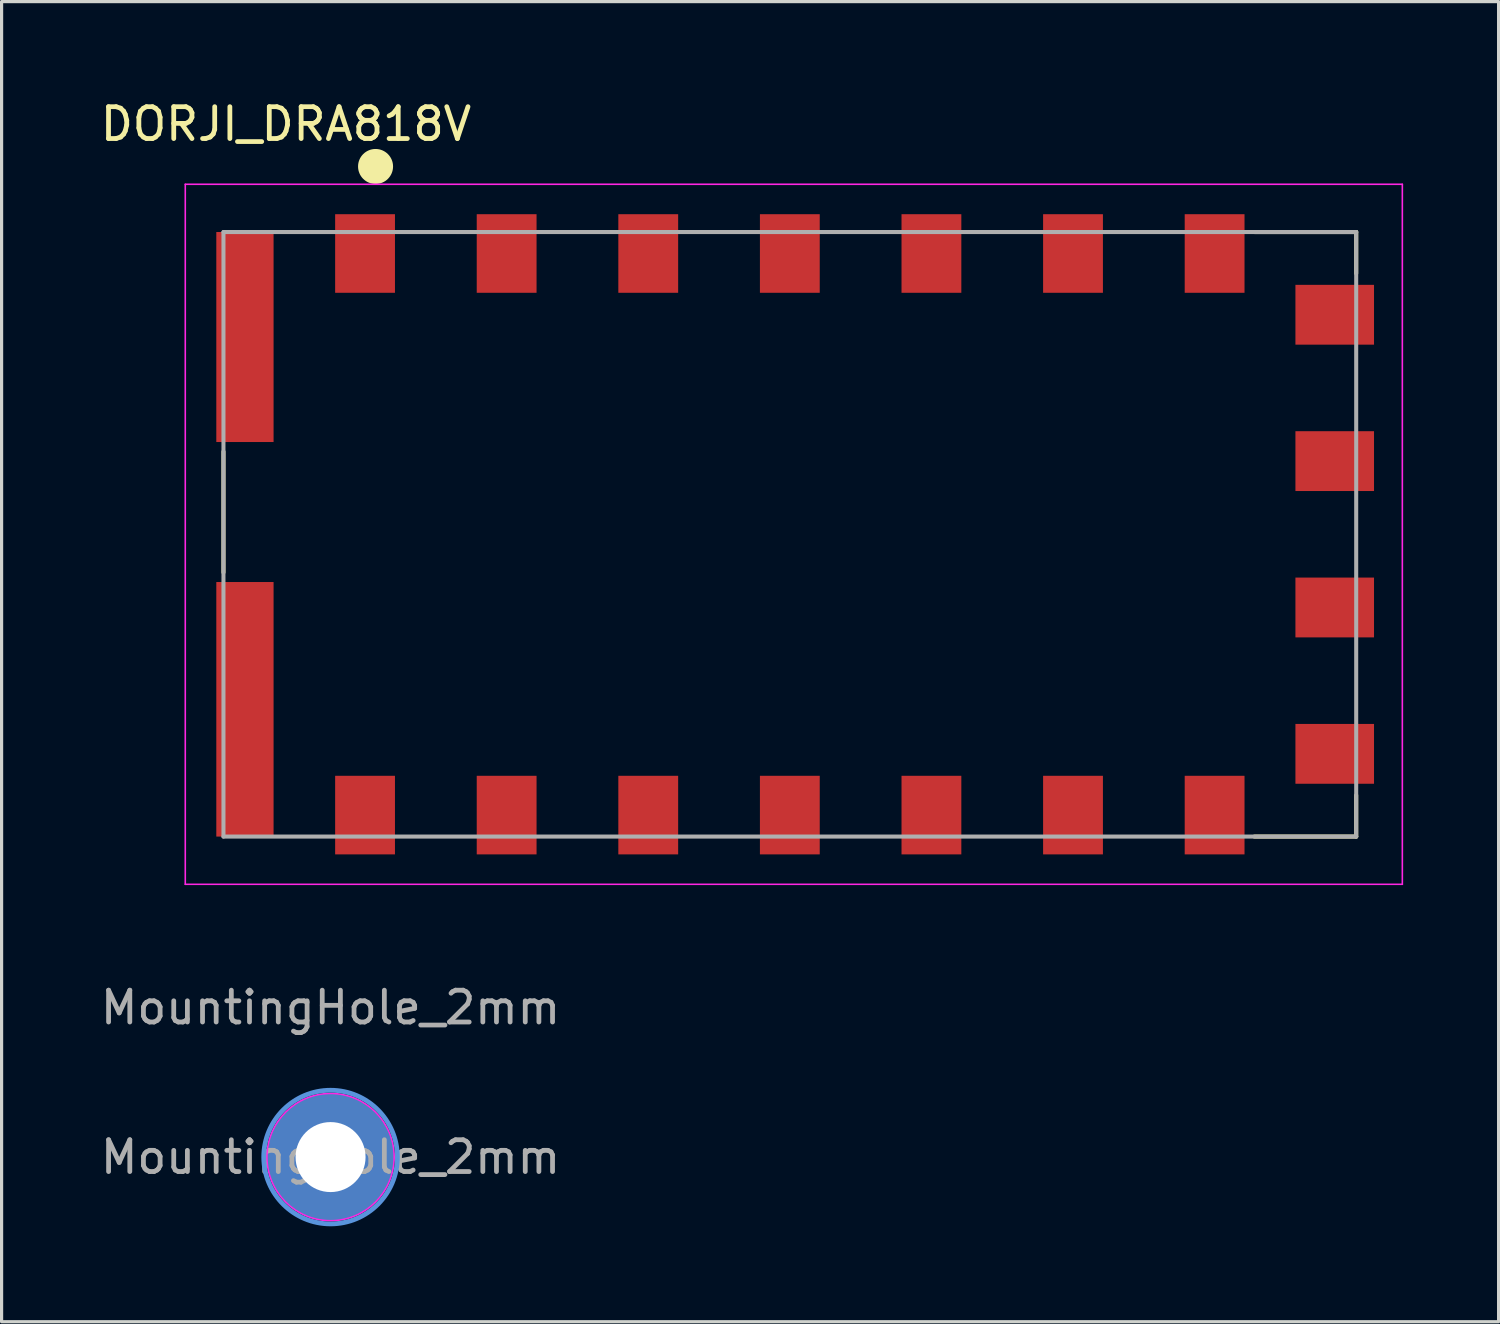
<source format=kicad_pcb>
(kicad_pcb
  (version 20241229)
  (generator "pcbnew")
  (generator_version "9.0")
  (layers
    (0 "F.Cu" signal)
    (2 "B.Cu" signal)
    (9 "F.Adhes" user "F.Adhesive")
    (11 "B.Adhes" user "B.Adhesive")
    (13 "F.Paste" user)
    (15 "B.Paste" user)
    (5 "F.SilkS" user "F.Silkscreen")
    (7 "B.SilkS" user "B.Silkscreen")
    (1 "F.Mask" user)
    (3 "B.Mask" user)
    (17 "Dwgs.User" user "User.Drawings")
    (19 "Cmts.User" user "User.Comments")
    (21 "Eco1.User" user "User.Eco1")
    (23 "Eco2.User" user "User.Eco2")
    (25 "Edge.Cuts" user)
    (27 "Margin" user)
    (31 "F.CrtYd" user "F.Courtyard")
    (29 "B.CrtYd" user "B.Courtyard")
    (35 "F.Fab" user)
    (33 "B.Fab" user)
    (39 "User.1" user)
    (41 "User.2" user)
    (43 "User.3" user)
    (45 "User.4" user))
  (footprint "DORJI_DRA818V"
    (layer "F.Cu")
    (at 21.773 13.742)
    (property "Reference" "DORJI_DRA818V" (at -15.835 -12.893 0) (layer "F.SilkS") (effects (font (size 1.001 1.001) (thickness 0.15))))
    (attr smd)
    (fp_line (start -17.8 -2.6) (end -17.8 1.2) (stroke (width 0.127) (type solid)) (layer "F.SilkS"))
    (fp_line (start 14.6 -9.5) (end 17.8 -9.5) (stroke (width 0.127) (type solid)) (layer "F.SilkS"))
    (fp_line (start 17.8 -9.5) (end 17.8 -8.2) (stroke (width 0.127) (type solid)) (layer "F.SilkS"))
    (fp_line (start 17.8 8.2) (end 17.8 9.5) (stroke (width 0.127) (type solid)) (layer "F.SilkS"))
    (fp_line (start 17.8 9.5) (end 14.6 9.5) (stroke (width 0.127) (type solid)) (layer "F.SilkS"))
    (fp_circle (center -13.02 -11.56) (end -12.62 -11.56) (stroke (width 0.3) (type solid)) (fill yes) (layer "F.SilkS"))
    (fp_line (start -19 -11) (end 19.25 -11) (stroke (width 0.05) (type solid)) (layer "F.CrtYd"))
    (fp_line (start -19 11) (end -19 -11) (stroke (width 0.05) (type solid)) (layer "F.CrtYd"))
    (fp_line (start 19.25 -11) (end 19.25 11) (stroke (width 0.05) (type solid)) (layer "F.CrtYd"))
    (fp_line (start 19.25 11) (end -19 11) (stroke (width 0.05) (type solid)) (layer "F.CrtYd"))
    (fp_line (start -17.8 -9.5) (end 17.8 -9.5) (stroke (width 0.127) (type solid)) (layer "F.Fab"))
    (fp_line (start -17.8 9.5) (end -17.8 -9.5) (stroke (width 0.127) (type solid)) (layer "F.Fab"))
    (fp_line (start 17.8 -9.5) (end 17.8 9.5) (stroke (width 0.127) (type solid)) (layer "F.Fab"))
    (fp_line (start 17.8 9.5) (end -17.8 9.5) (stroke (width 0.127) (type solid)) (layer "F.Fab"))
    (pad "1" smd rect (at -13.35 -8.825 90) (size 2.47 1.88) (layers "F.Cu" "F.Mask" "F.Paste"))
    (pad "2" smd rect (at -8.9 -8.825 90) (size 2.47 1.88) (layers "F.Cu" "F.Mask" "F.Paste"))
    (pad "3" smd rect (at -4.45 -8.825 90) (size 2.47 1.88) (layers "F.Cu" "F.Mask" "F.Paste"))
    (pad "4" smd rect (at 0 -8.825 90) (size 2.47 1.88) (layers "F.Cu" "F.Mask" "F.Paste"))
    (pad "5" smd rect (at 4.45 -8.825 90) (size 2.47 1.88) (layers "F.Cu" "F.Mask" "F.Paste"))
    (pad "6" smd rect (at 8.9 -8.825 90) (size 2.47 1.88) (layers "F.Cu" "F.Mask" "F.Paste"))
    (pad "7" smd rect (at 13.35 -8.825 90) (size 2.47 1.88) (layers "F.Cu" "F.Mask" "F.Paste"))
    (pad "8" smd rect (at 17.125 -6.9) (size 2.47 1.88) (layers "F.Cu" "F.Mask" "F.Paste"))
    (pad "9" smd rect (at 17.125 -2.3) (size 2.47 1.88) (layers "F.Cu" "F.Mask" "F.Paste"))
    (pad "10" smd rect (at 17.125 2.3) (size 2.47 1.88) (layers "F.Cu" "F.Mask" "F.Paste"))
    (pad "11" smd rect (at 17.125 6.9) (size 2.47 1.88) (layers "F.Cu" "F.Mask" "F.Paste"))
    (pad "12" smd rect (at 13.35 8.825 270) (size 2.47 1.88) (layers "F.Cu" "F.Mask" "F.Paste"))
    (pad "13" smd rect (at 8.9 8.825 270) (size 2.47 1.88) (layers "F.Cu" "F.Mask" "F.Paste"))
    (pad "14" smd rect (at 4.45 8.825 90) (size 2.47 1.88) (layers "F.Cu" "F.Mask" "F.Paste"))
    (pad "15" smd rect (at 0 8.825 90) (size 2.47 1.88) (layers "F.Cu" "F.Mask" "F.Paste"))
    (pad "16" smd rect (at -4.45 8.825 90) (size 2.47 1.88) (layers "F.Cu" "F.Mask" "F.Paste"))
    (pad "17" smd rect (at -8.9 8.825 90) (size 2.47 1.88) (layers "F.Cu" "F.Mask" "F.Paste"))
    (pad "18" smd rect (at -13.35 8.825 90) (size 2.47 1.88) (layers "F.Cu" "F.Mask" "F.Paste"))
    (pad "P2" smd rect (at -17.125 -6.2 90) (size 6.6 1.8) (layers "F.Cu" "F.Mask" "F.Paste"))
    (pad "P3" smd rect (at -17.125 5.5 90) (size 8 1.8) (layers "F.Cu" "F.Mask" "F.Paste"))
    (zone (net_name "") (layer "F.Cu") (hatch full 0.508) (connect_pads) (min_thickness 0.01) (filled_areas_thickness no) (keepout (tracks not_allowed) (vias not_allowed) (pads not_allowed) (copperpour not_allowed) (footprints allowed)) (placement (enabled no)) (fill) (polygon (pts (xy 28.584 9.992) (xy 36.573 9.992) (xy 36.573 16.246) (xy 28.584 16.246))))
    (zone (net_name "") (layers "F.Cu" "B.Cu") (hatch full 0.508) (connect_pads) (min_thickness 0.01) (filled_areas_thickness no) (keepout (tracks allowed) (vias not_allowed) (pads allowed) (copperpour allowed) (footprints allowed)) (placement (enabled no)) (fill) (polygon (pts (xy 28.578 9.992) (xy 36.573 9.992) (xy 36.573 16.244) (xy 28.578 16.244)))))
  (footprint "MountingHole_2mm"
    (layer "F.Cu")
    (at 7.339 33.315)
    (property "Reference" "MountingHole_2mm" (at 0 -4.7 0) (layer "F.Fab") (effects (font (size 1 1) (thickness 0.15))))
    (attr exclude_from_pos_files exclude_from_bom)
    (fp_circle (center 0 0) (end 2.1 0) (stroke (width 0.15) (type solid)) (fill no) (layer "Cmts.User"))
    (fp_circle (center 0 0) (end 2 0) (stroke (width 0.05) (type solid)) (fill no) (layer "F.CrtYd"))
    (fp_text user "${REFERENCE}" (at 0 0 0) (layer "F.Fab") (effects (font (size 1 1) (thickness 0.15))))
    (pad "" thru_hole circle (at 0 0) (size 4 4) (drill 2.2) (layers "*.Cu" "*.Mask")))
  (gr_rect
    (start -3 -3)
    (end 44.048 38.49)
    (stroke (width 0.1) (type default))
    (fill no)
    (layer "Edge.Cuts")))
</source>
